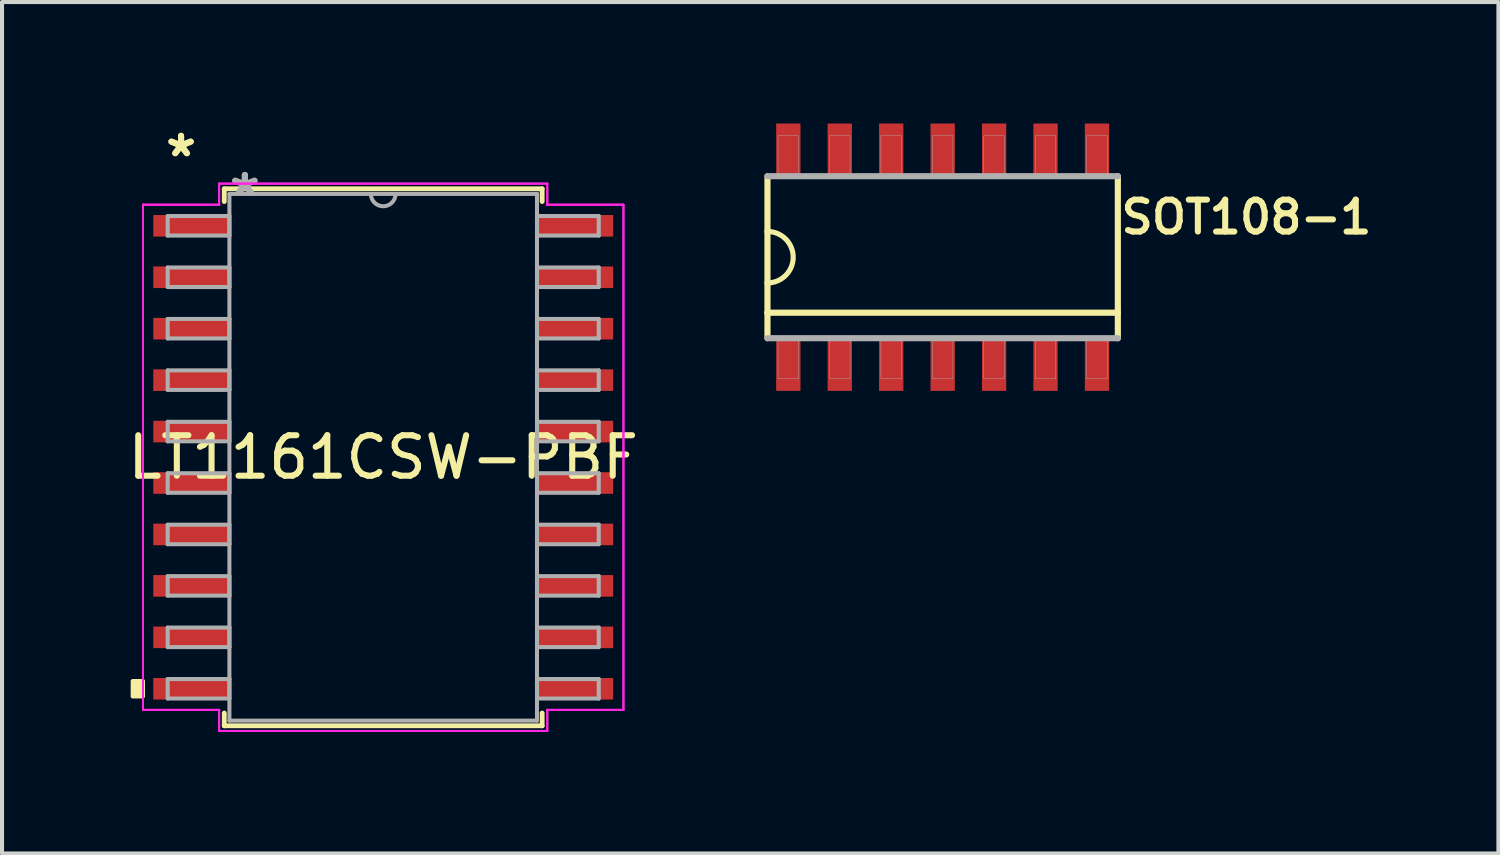
<source format=kicad_pcb>
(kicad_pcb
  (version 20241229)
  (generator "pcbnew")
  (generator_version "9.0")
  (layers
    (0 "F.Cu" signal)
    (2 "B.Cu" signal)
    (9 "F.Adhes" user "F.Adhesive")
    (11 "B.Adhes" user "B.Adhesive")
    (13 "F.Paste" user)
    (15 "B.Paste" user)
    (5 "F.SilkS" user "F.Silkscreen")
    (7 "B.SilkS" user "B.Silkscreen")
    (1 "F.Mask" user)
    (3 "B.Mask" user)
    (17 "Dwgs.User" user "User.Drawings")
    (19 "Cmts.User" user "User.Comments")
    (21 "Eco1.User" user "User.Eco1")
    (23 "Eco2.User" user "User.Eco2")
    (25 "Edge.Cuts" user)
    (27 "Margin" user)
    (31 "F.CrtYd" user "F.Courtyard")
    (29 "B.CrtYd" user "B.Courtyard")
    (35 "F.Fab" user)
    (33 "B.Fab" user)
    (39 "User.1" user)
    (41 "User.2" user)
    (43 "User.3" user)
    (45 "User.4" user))
  (footprint "SOT108-1"
    (layer "F.Cu")
    (at 20.223 3.3)
    (property "Reference" "SOT108-1" (at 7.5 -0.99 0) (layer "F.SilkS") (effects (font (size 0.787 0.787) (thickness 0.15))))
    (attr through_hole)
    (fp_line (start -4.325 -2) (end -4.325 -0.635) (stroke (width 0.152) (type solid)) (layer "F.SilkS"))
    (fp_line (start -4.325 -0.635) (end -4.325 0.635) (stroke (width 0.152) (type solid)) (layer "F.SilkS"))
    (fp_line (start -4.325 0.635) (end -4.325 1.37) (stroke (width 0.152) (type solid)) (layer "F.SilkS"))
    (fp_line (start -4.325 1.37) (end -4.325 2) (stroke (width 0.152) (type solid)) (layer "F.SilkS"))
    (fp_line (start -4.325 1.37) (end 4.325 1.37) (stroke (width 0.152) (type solid)) (layer "F.SilkS"))
    (fp_line (start 4.325 1.37) (end 4.325 -2) (stroke (width 0.152) (type solid)) (layer "F.SilkS"))
    (fp_line (start 4.325 2) (end 4.325 1.37) (stroke (width 0.152) (type solid)) (layer "F.SilkS"))
    (fp_arc (start -4.325 -0.635) (mid -3.69 0) (end -4.325 0.635) (stroke (width 0.127) (type solid)) (layer "F.SilkS"))
    (fp_line (start -4.325 2) (end 4.325 2) (stroke (width 0.152) (type solid)) (layer "F.Fab"))
    (fp_line (start 4.325 -2) (end -4.325 -2) (stroke (width 0.152) (type solid)) (layer "F.Fab"))
    (fp_poly (pts (xy -4.064 -3) (xy -3.556 -3) (xy -3.556 -2) (xy -4.064 -2)) (stroke (width 0.01) (type solid)) (fill no) (layer "F.Fab"))
    (fp_poly (pts (xy -4.064 2) (xy -3.556 2) (xy -3.556 3) (xy -4.064 3)) (stroke (width 0.01) (type solid)) (fill no) (layer "F.Fab"))
    (fp_poly (pts (xy -2.794 -3) (xy -2.286 -3) (xy -2.286 -2) (xy -2.794 -2)) (stroke (width 0.01) (type solid)) (fill no) (layer "F.Fab"))
    (fp_poly (pts (xy -2.794 2) (xy -2.286 2) (xy -2.286 3) (xy -2.794 3)) (stroke (width 0.01) (type solid)) (fill no) (layer "F.Fab"))
    (fp_poly (pts (xy -1.524 -3) (xy -1.016 -3) (xy -1.016 -2) (xy -1.524 -2)) (stroke (width 0.01) (type solid)) (fill no) (layer "F.Fab"))
    (fp_poly (pts (xy -1.524 2) (xy -1.016 2) (xy -1.016 3) (xy -1.524 3)) (stroke (width 0.01) (type solid)) (fill no) (layer "F.Fab"))
    (fp_poly (pts (xy -0.254 -3) (xy 0.254 -3) (xy 0.254 -2) (xy -0.254 -2)) (stroke (width 0.01) (type solid)) (fill no) (layer "F.Fab"))
    (fp_poly (pts (xy -0.254 2) (xy 0.254 2) (xy 0.254 3) (xy -0.254 3)) (stroke (width 0.01) (type solid)) (fill no) (layer "F.Fab"))
    (fp_poly (pts (xy 1.016 -3) (xy 1.524 -3) (xy 1.524 -2) (xy 1.016 -2)) (stroke (width 0.01) (type solid)) (fill no) (layer "F.Fab"))
    (fp_poly (pts (xy 1.016 2) (xy 1.524 2) (xy 1.524 3) (xy 1.016 3)) (stroke (width 0.01) (type solid)) (fill no) (layer "F.Fab"))
    (fp_poly (pts (xy 2.286 -3) (xy 2.794 -3) (xy 2.794 -2) (xy 2.286 -2)) (stroke (width 0.01) (type solid)) (fill no) (layer "F.Fab"))
    (fp_poly (pts (xy 2.286 2) (xy 2.794 2) (xy 2.794 3) (xy 2.286 3)) (stroke (width 0.01) (type solid)) (fill no) (layer "F.Fab"))
    (fp_poly (pts (xy 3.556 -3) (xy 4.064 -3) (xy 4.064 -2) (xy 3.556 -2)) (stroke (width 0.01) (type solid)) (fill no) (layer "F.Fab"))
    (fp_poly (pts (xy 3.556 2) (xy 4.064 2) (xy 4.064 3) (xy 3.556 3)) (stroke (width 0.01) (type solid)) (fill no) (layer "F.Fab"))
    (pad "1" smd rect (at -3.81 2.65) (size 0.6 1.3) (layers "F.Cu" "F.Mask" "F.Paste"))
    (pad "2" smd rect (at -2.54 2.65) (size 0.6 1.3) (layers "F.Cu" "F.Mask" "F.Paste"))
    (pad "3" smd rect (at -1.27 2.65) (size 0.6 1.3) (layers "F.Cu" "F.Mask" "F.Paste"))
    (pad "4" smd rect (at 0 2.65) (size 0.6 1.3) (layers "F.Cu" "F.Mask" "F.Paste"))
    (pad "5" smd rect (at 1.27 2.65) (size 0.6 1.3) (layers "F.Cu" "F.Mask" "F.Paste"))
    (pad "6" smd rect (at 2.54 2.65) (size 0.6 1.3) (layers "F.Cu" "F.Mask" "F.Paste"))
    (pad "7" smd rect (at 3.81 2.65) (size 0.6 1.3) (layers "F.Cu" "F.Mask" "F.Paste"))
    (pad "8" smd rect (at 3.81 -2.65) (size 0.6 1.3) (layers "F.Cu" "F.Mask" "F.Paste"))
    (pad "9" smd rect (at 2.54 -2.65) (size 0.6 1.3) (layers "F.Cu" "F.Mask" "F.Paste"))
    (pad "10" smd rect (at 1.27 -2.65) (size 0.6 1.3) (layers "F.Cu" "F.Mask" "F.Paste"))
    (pad "11" smd rect (at 0 -2.65) (size 0.6 1.3) (layers "F.Cu" "F.Mask" "F.Paste"))
    (pad "12" smd rect (at -1.27 -2.65) (size 0.6 1.3) (layers "F.Cu" "F.Mask" "F.Paste"))
    (pad "13" smd rect (at -2.54 -2.65) (size 0.6 1.3) (layers "F.Cu" "F.Mask" "F.Paste"))
    (pad "14" smd rect (at -3.81 -2.65) (size 0.6 1.3) (layers "F.Cu" "F.Mask" "F.Paste")))
  (footprint "LT1161CSW-PBF"
    (layer "F.Cu")
    (at 6.411 8.24)
    (property "Reference" "LT1161CSW-PBF" (at 0 0 0) (layer "F.SilkS") (effects (font (size 1 1) (thickness 0.15))))
    (attr through_hole)
    (fp_line (start -3.924 -6.629) (end -3.924 -6.314) (stroke (width 0.12) (type solid)) (layer "F.SilkS"))
    (fp_line (start -3.924 6.314) (end -3.924 6.629) (stroke (width 0.12) (type solid)) (layer "F.SilkS"))
    (fp_line (start -3.924 6.629) (end 3.924 6.629) (stroke (width 0.12) (type solid)) (layer "F.SilkS"))
    (fp_line (start 3.924 -6.629) (end -3.924 -6.629) (stroke (width 0.12) (type solid)) (layer "F.SilkS"))
    (fp_line (start 3.924 -6.314) (end 3.924 -6.629) (stroke (width 0.12) (type solid)) (layer "F.SilkS"))
    (fp_line (start 3.924 6.629) (end 3.924 6.314) (stroke (width 0.12) (type solid)) (layer "F.SilkS"))
    (fp_poly (pts (xy -6.185 5.524) (xy -6.185 5.905) (xy -5.931 5.905) (xy -5.931 5.524)) (stroke (width 0.1) (type solid)) (fill yes) (layer "F.SilkS"))
    (fp_line (start -5.931 -6.236) (end -4.051 -6.236) (stroke (width 0.05) (type solid)) (layer "F.CrtYd"))
    (fp_line (start -5.931 -6.236) (end -4.051 -6.236) (stroke (width 0.05) (type solid)) (layer "F.CrtYd"))
    (fp_line (start -5.931 6.236) (end -5.931 -6.236) (stroke (width 0.05) (type solid)) (layer "F.CrtYd"))
    (fp_line (start -5.931 6.236) (end -5.931 -6.236) (stroke (width 0.05) (type solid)) (layer "F.CrtYd"))
    (fp_line (start -5.931 6.236) (end -4.051 6.236) (stroke (width 0.05) (type solid)) (layer "F.CrtYd"))
    (fp_line (start -4.051 -6.756) (end 4.051 -6.756) (stroke (width 0.05) (type solid)) (layer "F.CrtYd"))
    (fp_line (start -4.051 -6.756) (end 4.051 -6.756) (stroke (width 0.05) (type solid)) (layer "F.CrtYd"))
    (fp_line (start -4.051 -6.236) (end -4.051 -6.756) (stroke (width 0.05) (type solid)) (layer "F.CrtYd"))
    (fp_line (start -4.051 -6.236) (end -4.051 -6.756) (stroke (width 0.05) (type solid)) (layer "F.CrtYd"))
    (fp_line (start -4.051 6.236) (end -5.931 6.236) (stroke (width 0.05) (type solid)) (layer "F.CrtYd"))
    (fp_line (start -4.051 6.756) (end -4.051 6.236) (stroke (width 0.05) (type solid)) (layer "F.CrtYd"))
    (fp_line (start -4.051 6.756) (end -4.051 6.236) (stroke (width 0.05) (type solid)) (layer "F.CrtYd"))
    (fp_line (start 4.051 -6.756) (end 4.051 -6.236) (stroke (width 0.05) (type solid)) (layer "F.CrtYd"))
    (fp_line (start 4.051 -6.756) (end 4.051 -6.236) (stroke (width 0.05) (type solid)) (layer "F.CrtYd"))
    (fp_line (start 4.051 -6.236) (end 5.931 -6.236) (stroke (width 0.05) (type solid)) (layer "F.CrtYd"))
    (fp_line (start 4.051 6.236) (end 4.051 6.756) (stroke (width 0.05) (type solid)) (layer "F.CrtYd"))
    (fp_line (start 4.051 6.236) (end 4.051 6.756) (stroke (width 0.05) (type solid)) (layer "F.CrtYd"))
    (fp_line (start 4.051 6.756) (end -4.051 6.756) (stroke (width 0.05) (type solid)) (layer "F.CrtYd"))
    (fp_line (start 4.051 6.756) (end -4.051 6.756) (stroke (width 0.05) (type solid)) (layer "F.CrtYd"))
    (fp_line (start 5.931 -6.236) (end 4.051 -6.236) (stroke (width 0.05) (type solid)) (layer "F.CrtYd"))
    (fp_line (start 5.931 -6.236) (end 5.931 6.236) (stroke (width 0.05) (type solid)) (layer "F.CrtYd"))
    (fp_line (start 5.931 -6.236) (end 5.931 6.236) (stroke (width 0.05) (type solid)) (layer "F.CrtYd"))
    (fp_line (start 5.931 6.236) (end 4.051 6.236) (stroke (width 0.05) (type solid)) (layer "F.CrtYd"))
    (fp_line (start 5.931 6.236) (end 4.051 6.236) (stroke (width 0.05) (type solid)) (layer "F.CrtYd"))
    (fp_line (start -5.321 -5.956) (end -5.321 -5.474) (stroke (width 0.1) (type solid)) (layer "F.Fab"))
    (fp_line (start -5.321 -5.474) (end -3.797 -5.474) (stroke (width 0.1) (type solid)) (layer "F.Fab"))
    (fp_line (start -5.321 -4.686) (end -5.321 -4.204) (stroke (width 0.1) (type solid)) (layer "F.Fab"))
    (fp_line (start -5.321 -4.204) (end -3.797 -4.204) (stroke (width 0.1) (type solid)) (layer "F.Fab"))
    (fp_line (start -5.321 -3.416) (end -5.321 -2.934) (stroke (width 0.1) (type solid)) (layer "F.Fab"))
    (fp_line (start -5.321 -2.934) (end -3.797 -2.934) (stroke (width 0.1) (type solid)) (layer "F.Fab"))
    (fp_line (start -5.321 -2.146) (end -5.321 -1.664) (stroke (width 0.1) (type solid)) (layer "F.Fab"))
    (fp_line (start -5.321 -1.664) (end -3.797 -1.664) (stroke (width 0.1) (type solid)) (layer "F.Fab"))
    (fp_line (start -5.321 -0.876) (end -5.321 -0.394) (stroke (width 0.1) (type solid)) (layer "F.Fab"))
    (fp_line (start -5.321 -0.394) (end -3.797 -0.394) (stroke (width 0.1) (type solid)) (layer "F.Fab"))
    (fp_line (start -5.321 0.394) (end -5.321 0.876) (stroke (width 0.1) (type solid)) (layer "F.Fab"))
    (fp_line (start -5.321 0.876) (end -3.797 0.876) (stroke (width 0.1) (type solid)) (layer "F.Fab"))
    (fp_line (start -5.321 1.664) (end -5.321 2.146) (stroke (width 0.1) (type solid)) (layer "F.Fab"))
    (fp_line (start -5.321 2.146) (end -3.797 2.146) (stroke (width 0.1) (type solid)) (layer "F.Fab"))
    (fp_line (start -5.321 2.934) (end -5.321 3.416) (stroke (width 0.1) (type solid)) (layer "F.Fab"))
    (fp_line (start -5.321 3.416) (end -3.797 3.416) (stroke (width 0.1) (type solid)) (layer "F.Fab"))
    (fp_line (start -5.321 4.204) (end -5.321 4.686) (stroke (width 0.1) (type solid)) (layer "F.Fab"))
    (fp_line (start -5.321 4.686) (end -3.797 4.686) (stroke (width 0.1) (type solid)) (layer "F.Fab"))
    (fp_line (start -5.321 5.474) (end -5.321 5.956) (stroke (width 0.1) (type solid)) (layer "F.Fab"))
    (fp_line (start -5.321 5.956) (end -3.797 5.956) (stroke (width 0.1) (type solid)) (layer "F.Fab"))
    (fp_line (start -3.797 -6.502) (end -3.797 6.502) (stroke (width 0.1) (type solid)) (layer "F.Fab"))
    (fp_line (start -3.797 -5.956) (end -5.321 -5.956) (stroke (width 0.1) (type solid)) (layer "F.Fab"))
    (fp_line (start -3.797 -5.474) (end -3.797 -5.956) (stroke (width 0.1) (type solid)) (layer "F.Fab"))
    (fp_line (start -3.797 -4.686) (end -5.321 -4.686) (stroke (width 0.1) (type solid)) (layer "F.Fab"))
    (fp_line (start -3.797 -4.204) (end -3.797 -4.686) (stroke (width 0.1) (type solid)) (layer "F.Fab"))
    (fp_line (start -3.797 -3.416) (end -5.321 -3.416) (stroke (width 0.1) (type solid)) (layer "F.Fab"))
    (fp_line (start -3.797 -2.934) (end -3.797 -3.416) (stroke (width 0.1) (type solid)) (layer "F.Fab"))
    (fp_line (start -3.797 -2.146) (end -5.321 -2.146) (stroke (width 0.1) (type solid)) (layer "F.Fab"))
    (fp_line (start -3.797 -1.664) (end -3.797 -2.146) (stroke (width 0.1) (type solid)) (layer "F.Fab"))
    (fp_line (start -3.797 -0.876) (end -5.321 -0.876) (stroke (width 0.1) (type solid)) (layer "F.Fab"))
    (fp_line (start -3.797 -0.394) (end -3.797 -0.876) (stroke (width 0.1) (type solid)) (layer "F.Fab"))
    (fp_line (start -3.797 0.394) (end -5.321 0.394) (stroke (width 0.1) (type solid)) (layer "F.Fab"))
    (fp_line (start -3.797 0.876) (end -3.797 0.394) (stroke (width 0.1) (type solid)) (layer "F.Fab"))
    (fp_line (start -3.797 1.664) (end -5.321 1.664) (stroke (width 0.1) (type solid)) (layer "F.Fab"))
    (fp_line (start -3.797 2.146) (end -3.797 1.664) (stroke (width 0.1) (type solid)) (layer "F.Fab"))
    (fp_line (start -3.797 2.934) (end -5.321 2.934) (stroke (width 0.1) (type solid)) (layer "F.Fab"))
    (fp_line (start -3.797 3.416) (end -3.797 2.934) (stroke (width 0.1) (type solid)) (layer "F.Fab"))
    (fp_line (start -3.797 4.204) (end -5.321 4.204) (stroke (width 0.1) (type solid)) (layer "F.Fab"))
    (fp_line (start -3.797 4.686) (end -3.797 4.204) (stroke (width 0.1) (type solid)) (layer "F.Fab"))
    (fp_line (start -3.797 5.474) (end -5.321 5.474) (stroke (width 0.1) (type solid)) (layer "F.Fab"))
    (fp_line (start -3.797 5.956) (end -3.797 5.474) (stroke (width 0.1) (type solid)) (layer "F.Fab"))
    (fp_line (start -3.797 6.502) (end 3.797 6.502) (stroke (width 0.1) (type solid)) (layer "F.Fab"))
    (fp_line (start 3.797 -6.502) (end -3.797 -6.502) (stroke (width 0.1) (type solid)) (layer "F.Fab"))
    (fp_line (start 3.797 -5.956) (end 3.797 -5.474) (stroke (width 0.1) (type solid)) (layer "F.Fab"))
    (fp_line (start 3.797 -5.474) (end 5.321 -5.474) (stroke (width 0.1) (type solid)) (layer "F.Fab"))
    (fp_line (start 3.797 -4.686) (end 3.797 -4.204) (stroke (width 0.1) (type solid)) (layer "F.Fab"))
    (fp_line (start 3.797 -4.204) (end 5.321 -4.204) (stroke (width 0.1) (type solid)) (layer "F.Fab"))
    (fp_line (start 3.797 -3.416) (end 3.797 -2.934) (stroke (width 0.1) (type solid)) (layer "F.Fab"))
    (fp_line (start 3.797 -2.934) (end 5.321 -2.934) (stroke (width 0.1) (type solid)) (layer "F.Fab"))
    (fp_line (start 3.797 -2.146) (end 3.797 -1.664) (stroke (width 0.1) (type solid)) (layer "F.Fab"))
    (fp_line (start 3.797 -1.664) (end 5.321 -1.664) (stroke (width 0.1) (type solid)) (layer "F.Fab"))
    (fp_line (start 3.797 -0.876) (end 3.797 -0.394) (stroke (width 0.1) (type solid)) (layer "F.Fab"))
    (fp_line (start 3.797 -0.394) (end 5.321 -0.394) (stroke (width 0.1) (type solid)) (layer "F.Fab"))
    (fp_line (start 3.797 0.394) (end 3.797 0.876) (stroke (width 0.1) (type solid)) (layer "F.Fab"))
    (fp_line (start 3.797 0.876) (end 5.321 0.876) (stroke (width 0.1) (type solid)) (layer "F.Fab"))
    (fp_line (start 3.797 1.664) (end 3.797 2.146) (stroke (width 0.1) (type solid)) (layer "F.Fab"))
    (fp_line (start 3.797 2.146) (end 5.321 2.146) (stroke (width 0.1) (type solid)) (layer "F.Fab"))
    (fp_line (start 3.797 2.934) (end 3.797 3.416) (stroke (width 0.1) (type solid)) (layer "F.Fab"))
    (fp_line (start 3.797 3.416) (end 5.321 3.416) (stroke (width 0.1) (type solid)) (layer "F.Fab"))
    (fp_line (start 3.797 4.204) (end 3.797 4.686) (stroke (width 0.1) (type solid)) (layer "F.Fab"))
    (fp_line (start 3.797 4.686) (end 5.321 4.686) (stroke (width 0.1) (type solid)) (layer "F.Fab"))
    (fp_line (start 3.797 5.474) (end 3.797 5.956) (stroke (width 0.1) (type solid)) (layer "F.Fab"))
    (fp_line (start 3.797 5.956) (end 5.321 5.956) (stroke (width 0.1) (type solid)) (layer "F.Fab"))
    (fp_line (start 3.797 6.502) (end 3.797 -6.502) (stroke (width 0.1) (type solid)) (layer "F.Fab"))
    (fp_line (start 5.321 -5.956) (end 3.797 -5.956) (stroke (width 0.1) (type solid)) (layer "F.Fab"))
    (fp_line (start 5.321 -5.474) (end 5.321 -5.956) (stroke (width 0.1) (type solid)) (layer "F.Fab"))
    (fp_line (start 5.321 -4.686) (end 3.797 -4.686) (stroke (width 0.1) (type solid)) (layer "F.Fab"))
    (fp_line (start 5.321 -4.204) (end 5.321 -4.686) (stroke (width 0.1) (type solid)) (layer "F.Fab"))
    (fp_line (start 5.321 -3.416) (end 3.797 -3.416) (stroke (width 0.1) (type solid)) (layer "F.Fab"))
    (fp_line (start 5.321 -2.934) (end 5.321 -3.416) (stroke (width 0.1) (type solid)) (layer "F.Fab"))
    (fp_line (start 5.321 -2.146) (end 3.797 -2.146) (stroke (width 0.1) (type solid)) (layer "F.Fab"))
    (fp_line (start 5.321 -1.664) (end 5.321 -2.146) (stroke (width 0.1) (type solid)) (layer "F.Fab"))
    (fp_line (start 5.321 -0.876) (end 3.797 -0.876) (stroke (width 0.1) (type solid)) (layer "F.Fab"))
    (fp_line (start 5.321 -0.394) (end 5.321 -0.876) (stroke (width 0.1) (type solid)) (layer "F.Fab"))
    (fp_line (start 5.321 0.394) (end 3.797 0.394) (stroke (width 0.1) (type solid)) (layer "F.Fab"))
    (fp_line (start 5.321 0.876) (end 5.321 0.394) (stroke (width 0.1) (type solid)) (layer "F.Fab"))
    (fp_line (start 5.321 1.664) (end 3.797 1.664) (stroke (width 0.1) (type solid)) (layer "F.Fab"))
    (fp_line (start 5.321 2.146) (end 5.321 1.664) (stroke (width 0.1) (type solid)) (layer "F.Fab"))
    (fp_line (start 5.321 2.934) (end 3.797 2.934) (stroke (width 0.1) (type solid)) (layer "F.Fab"))
    (fp_line (start 5.321 3.416) (end 5.321 2.934) (stroke (width 0.1) (type solid)) (layer "F.Fab"))
    (fp_line (start 5.321 4.204) (end 3.797 4.204) (stroke (width 0.1) (type solid)) (layer "F.Fab"))
    (fp_line (start 5.321 4.686) (end 5.321 4.204) (stroke (width 0.1) (type solid)) (layer "F.Fab"))
    (fp_line (start 5.321 5.474) (end 3.797 5.474) (stroke (width 0.1) (type solid)) (layer "F.Fab"))
    (fp_line (start 5.321 5.956) (end 5.321 5.474) (stroke (width 0.1) (type solid)) (layer "F.Fab"))
    (fp_arc (start 0.3048 -6.5024) (mid 0 -6.1976) (end -0.3048 -6.5024) (stroke (width 0.1) (type solid)) (layer "F.Fab"))
    (fp_text user "*" (at -4.991 -7.391 0) (layer "F.SilkS") (effects (font (size 1 1) (thickness 0.15))))
    (fp_text user "*" (at -4.991 -7.391 0) (layer "F.SilkS") (effects (font (size 1 1) (thickness 0.15))))
    (fp_text user "*" (at -3.416 -6.426 0) (layer "F.Fab") (effects (font (size 1 1) (thickness 0.15))))
    (fp_text user "*" (at -3.416 -6.426 0) (layer "F.Fab") (effects (font (size 1 1) (thickness 0.15))))
    (pad "1" smd rect (at -4.737 -5.715) (size 1.88 0.533) (layers "F.Cu" "F.Mask" "F.Paste"))
    (pad "2" smd rect (at -4.737 -4.445) (size 1.88 0.533) (layers "F.Cu" "F.Mask" "F.Paste"))
    (pad "3" smd rect (at -4.737 -3.175) (size 1.88 0.533) (layers "F.Cu" "F.Mask" "F.Paste"))
    (pad "4" smd rect (at -4.737 -1.905) (size 1.88 0.533) (layers "F.Cu" "F.Mask" "F.Paste"))
    (pad "5" smd rect (at -4.737 -0.635) (size 1.88 0.533) (layers "F.Cu" "F.Mask" "F.Paste"))
    (pad "6" smd rect (at -4.737 0.635) (size 1.88 0.533) (layers "F.Cu" "F.Mask" "F.Paste"))
    (pad "7" smd rect (at -4.737 1.905) (size 1.88 0.533) (layers "F.Cu" "F.Mask" "F.Paste"))
    (pad "8" smd rect (at -4.737 3.175) (size 1.88 0.533) (layers "F.Cu" "F.Mask" "F.Paste"))
    (pad "9" smd rect (at -4.737 4.445) (size 1.88 0.533) (layers "F.Cu" "F.Mask" "F.Paste"))
    (pad "10" smd rect (at -4.737 5.715) (size 1.88 0.533) (layers "F.Cu" "F.Mask" "F.Paste"))
    (pad "11" smd rect (at 4.737 5.715) (size 1.88 0.533) (layers "F.Cu" "F.Mask" "F.Paste"))
    (pad "12" smd rect (at 4.737 4.445) (size 1.88 0.533) (layers "F.Cu" "F.Mask" "F.Paste"))
    (pad "13" smd rect (at 4.737 3.175) (size 1.88 0.533) (layers "F.Cu" "F.Mask" "F.Paste"))
    (pad "14" smd rect (at 4.737 1.905) (size 1.88 0.533) (layers "F.Cu" "F.Mask" "F.Paste"))
    (pad "15" smd rect (at 4.737 0.635) (size 1.88 0.533) (layers "F.Cu" "F.Mask" "F.Paste"))
    (pad "16" smd rect (at 4.737 -0.635) (size 1.88 0.533) (layers "F.Cu" "F.Mask" "F.Paste"))
    (pad "17" smd rect (at 4.737 -1.905) (size 1.88 0.533) (layers "F.Cu" "F.Mask" "F.Paste"))
    (pad "18" smd rect (at 4.737 -3.175) (size 1.88 0.533) (layers "F.Cu" "F.Mask" "F.Paste"))
    (pad "19" smd rect (at 4.737 -4.445) (size 1.88 0.533) (layers "F.Cu" "F.Mask" "F.Paste"))
    (pad "20" smd rect (at 4.737 -5.715) (size 1.88 0.533) (layers "F.Cu" "F.Mask" "F.Paste")))
  (gr_rect
    (start -3 -3)
    (end 33.944 18.021)
    (stroke (width 0.1) (type default))
    (fill no)
    (layer "Edge.Cuts")))
</source>
